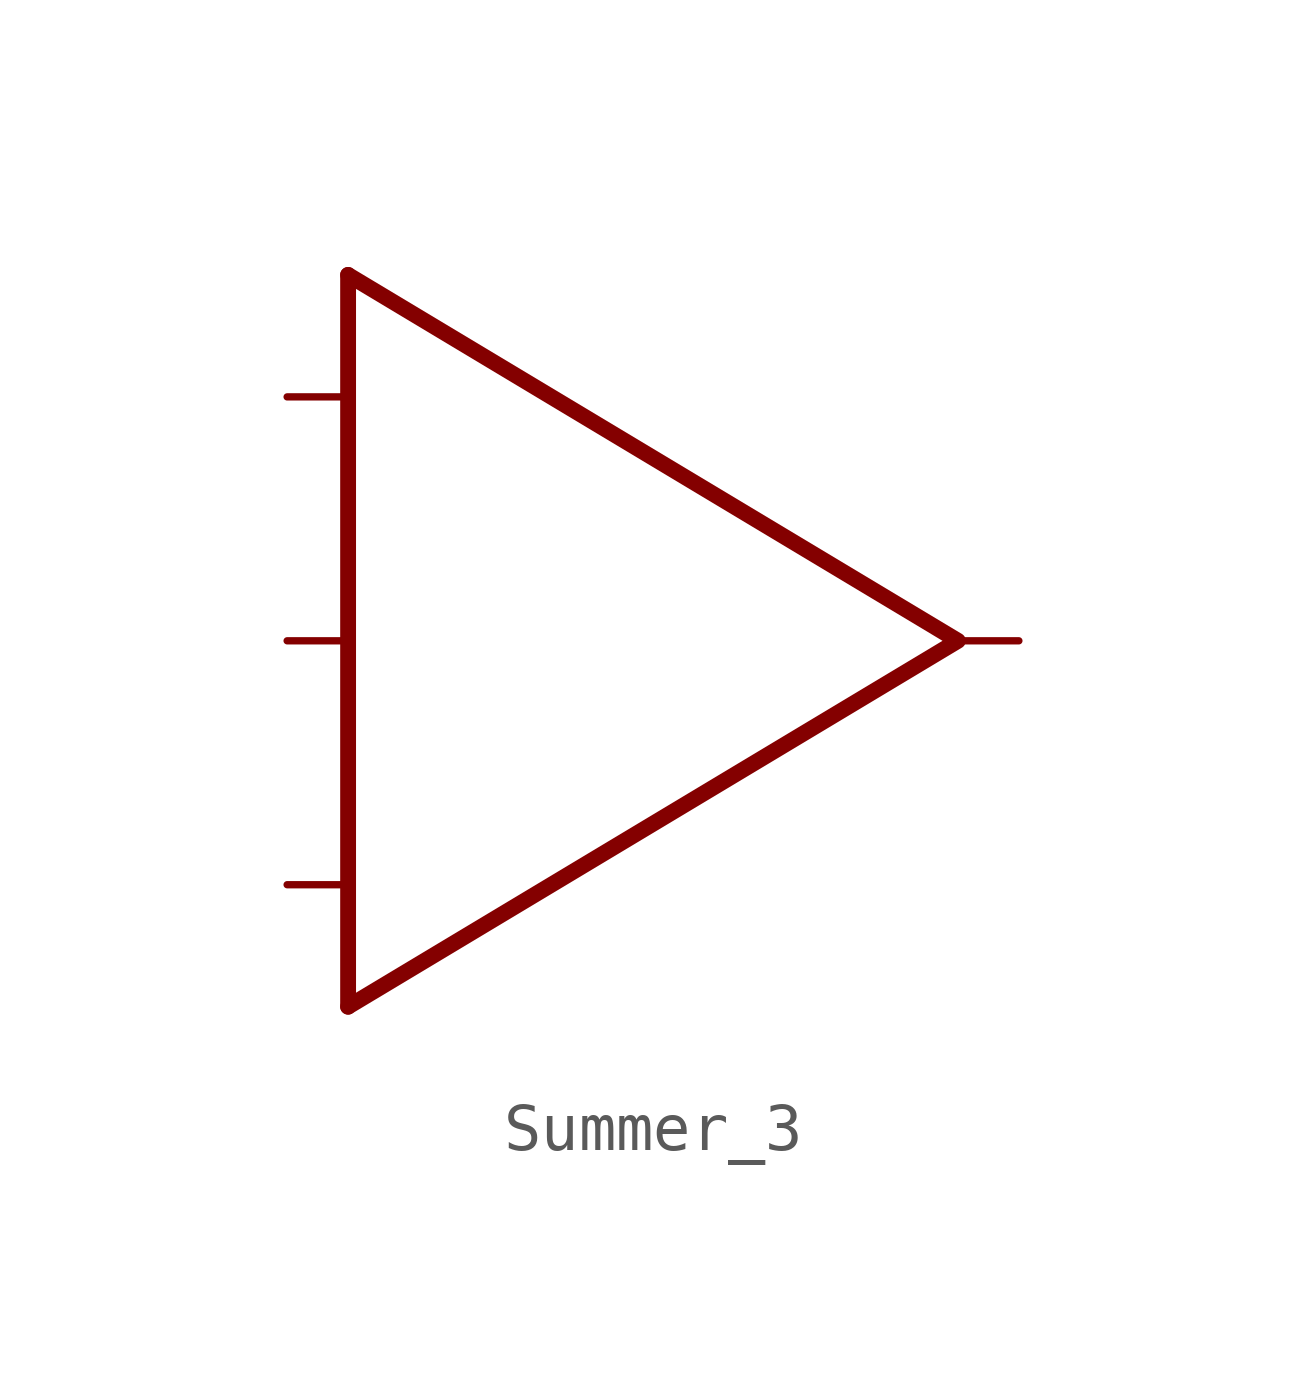
<source format=kicad_sym>
(kicad_symbol_lib
  (version 20211014)
  (generator kicad_symbol_editor)
  (symbol "Summer_3"
    (property "Reference" "U"
      (at 7.62 10.16 0)
      (effects (font (size 1.27 1.27)) hide))
    (symbol "Summer_3_0_1"
      (polyline (pts (xy -6.35 -7.62) (xy -6.35 7.62)) (stroke (width 0.33) (type default) (color 0 0 0 0)) (fill (type none)))
      (polyline (pts (xy -6.35 7.62) (xy 6.35 0) (xy -6.35 -7.62)) (stroke (width 0.33) (type default) (color 0 0 0 0)) (fill (type none))))
    (symbol "Summer_3_1_1"
      (pin input line (at -7.62 -5.08 0) (length 1.27) (name "" (effects (font (size 1.27 1.27)))) (number "" (effects (font (size 1.27 1.27)))))
      (pin input line (at -7.62 0 0) (length 1.27) (name "" (effects (font (size 1.27 1.27)))) (number "" (effects (font (size 1.27 1.27)))))
      (pin input line (at -7.62 5.08 0) (length 1.27) (name "" (effects (font (size 1.27 1.27)))) (number "" (effects (font (size 1.27 1.27)))))
      (pin output line (at 7.62 0 180) (length 1.27) (name "" (effects (font (size 1.27 1.27)))) (number "" (effects (font (size 1.27 1.27))))))))
</source>
